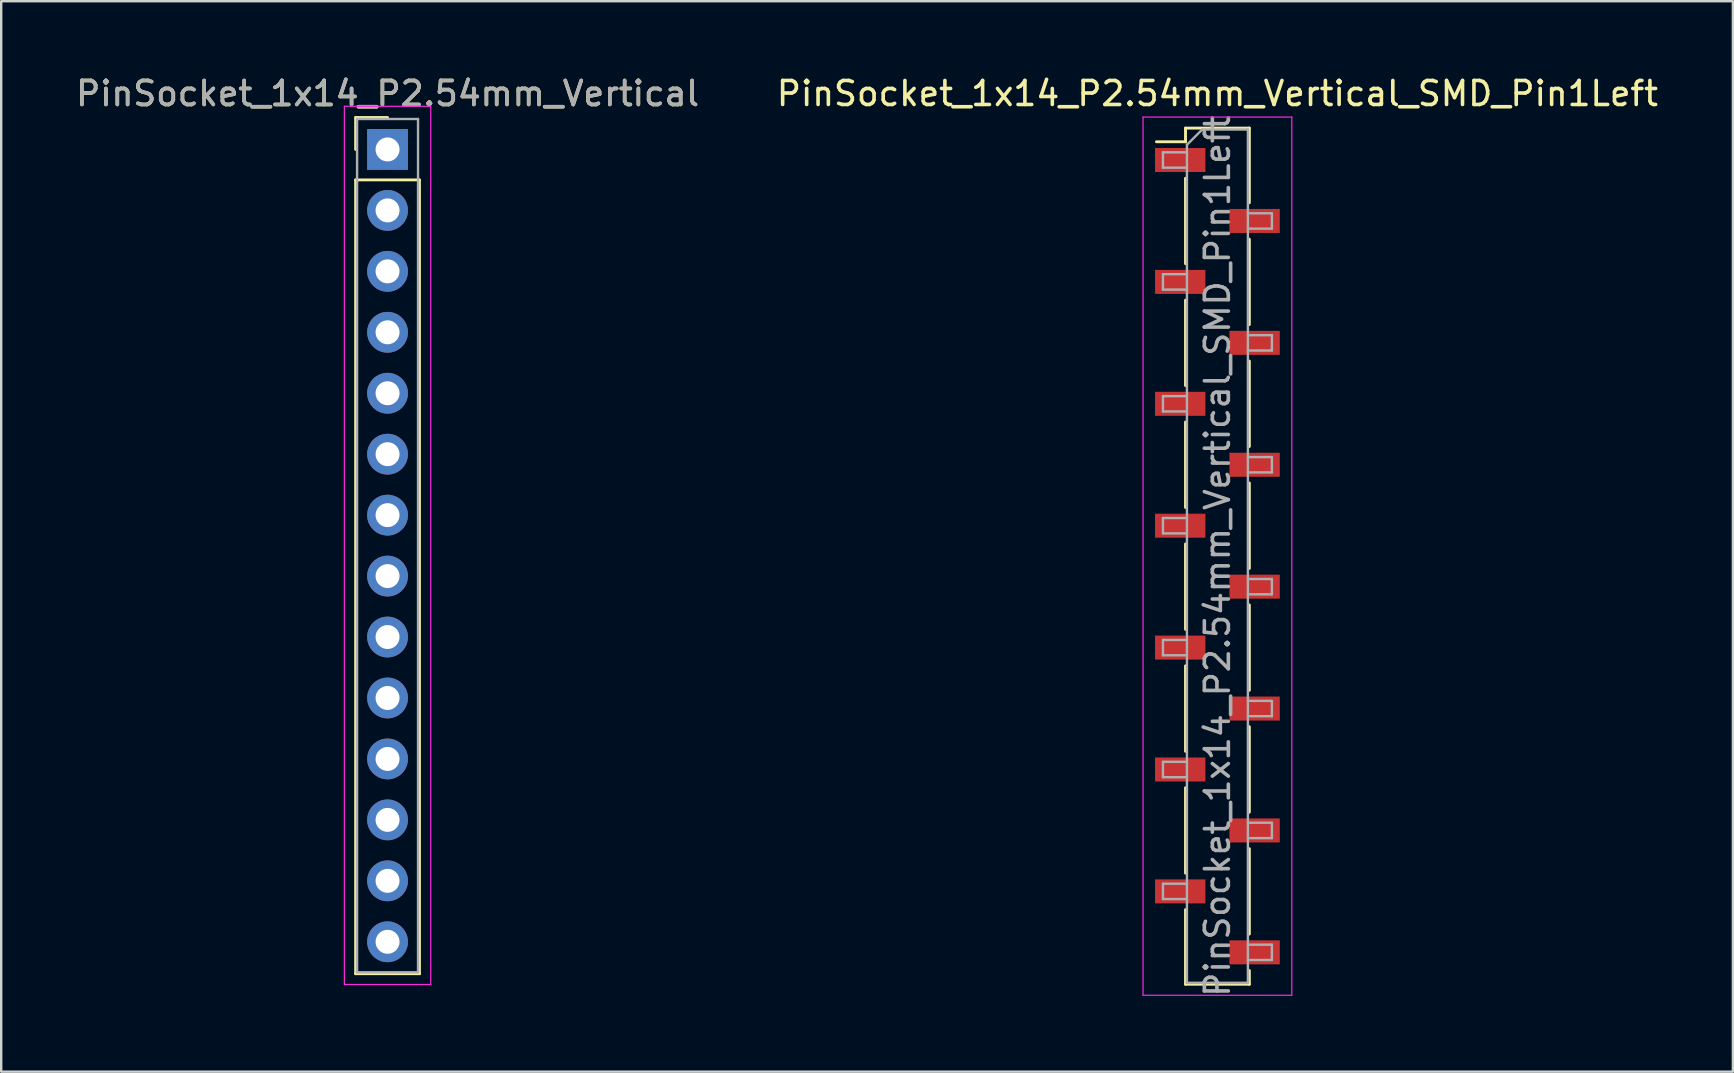
<source format=kicad_pcb>
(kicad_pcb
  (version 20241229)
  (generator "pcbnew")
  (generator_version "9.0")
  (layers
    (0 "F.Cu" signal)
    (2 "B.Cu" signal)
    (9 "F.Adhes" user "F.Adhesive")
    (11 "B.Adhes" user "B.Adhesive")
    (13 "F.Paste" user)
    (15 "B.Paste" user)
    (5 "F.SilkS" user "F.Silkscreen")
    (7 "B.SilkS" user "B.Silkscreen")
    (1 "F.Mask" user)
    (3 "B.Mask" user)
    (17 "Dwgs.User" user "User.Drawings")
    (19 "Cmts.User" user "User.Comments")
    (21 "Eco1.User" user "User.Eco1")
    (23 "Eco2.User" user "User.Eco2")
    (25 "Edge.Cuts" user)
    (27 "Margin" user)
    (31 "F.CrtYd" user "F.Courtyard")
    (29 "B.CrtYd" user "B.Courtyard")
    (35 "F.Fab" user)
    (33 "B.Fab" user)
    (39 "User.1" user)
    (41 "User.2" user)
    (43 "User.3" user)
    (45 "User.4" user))
  (footprint "PinSocket_1x14_P2.54mm_Vertical"
    (layer "F.Cu")
    (at 13.101 3.178)
    (property "Reference" "PinSocket_1x14_P2.54mm_Vertical" (at 0 -2.33 0) (layer "F.SilkS") (effects (font (size 1 1) (thickness 0.15))))
    (attr through_hole)
    (fp_line (start -1.33 -1.33) (end 0 -1.33) (stroke (width 0.12) (type solid)) (layer "F.SilkS"))
    (fp_line (start -1.33 0) (end -1.33 -1.33) (stroke (width 0.12) (type solid)) (layer "F.SilkS"))
    (fp_line (start -1.33 1.27) (end -1.33 34.35) (stroke (width 0.12) (type solid)) (layer "F.SilkS"))
    (fp_line (start -1.33 34.35) (end 1.33 34.35) (stroke (width 0.12) (type solid)) (layer "F.SilkS"))
    (fp_line (start 1.33 1.27) (end -1.33 1.27) (stroke (width 0.12) (type solid)) (layer "F.SilkS"))
    (fp_line (start 1.33 34.35) (end 1.33 1.27) (stroke (width 0.12) (type solid)) (layer "F.SilkS"))
    (fp_line (start -1.8 -1.8) (end -1.8 34.8) (stroke (width 0.05) (type solid)) (layer "F.CrtYd"))
    (fp_line (start -1.8 34.8) (end 1.8 34.8) (stroke (width 0.05) (type solid)) (layer "F.CrtYd"))
    (fp_line (start 1.8 -1.8) (end -1.8 -1.8) (stroke (width 0.05) (type solid)) (layer "F.CrtYd"))
    (fp_line (start 1.8 34.8) (end 1.8 -1.8) (stroke (width 0.05) (type solid)) (layer "F.CrtYd"))
    (fp_line (start -1.27 -1.27) (end -1.27 34.29) (stroke (width 0.1) (type solid)) (layer "F.Fab"))
    (fp_line (start -1.27 34.29) (end 1.27 34.29) (stroke (width 0.1) (type solid)) (layer "F.Fab"))
    (fp_line (start 1.27 -1.27) (end -1.27 -1.27) (stroke (width 0.1) (type solid)) (layer "F.Fab"))
    (fp_line (start 1.27 34.29) (end 1.27 -1.27) (stroke (width 0.1) (type solid)) (layer "F.Fab"))
    (fp_text user "${REFERENCE}" (at 0 -2.33 0) (layer "F.Fab") (effects (font (size 1 1) (thickness 0.15))))
    (pad "1" thru_hole rect (at 0 0) (size 1.7 1.7) (drill 1) (layers "*.Cu" "*.Mask"))
    (pad "2" thru_hole oval (at 0 2.54) (size 1.7 1.7) (drill 1) (layers "*.Cu" "*.Mask"))
    (pad "3" thru_hole oval (at 0 5.08) (size 1.7 1.7) (drill 1) (layers "*.Cu" "*.Mask"))
    (pad "4" thru_hole oval (at 0 7.62) (size 1.7 1.7) (drill 1) (layers "*.Cu" "*.Mask"))
    (pad "5" thru_hole oval (at 0 10.16) (size 1.7 1.7) (drill 1) (layers "*.Cu" "*.Mask"))
    (pad "6" thru_hole oval (at 0 12.7) (size 1.7 1.7) (drill 1) (layers "*.Cu" "*.Mask"))
    (pad "7" thru_hole oval (at 0 15.24) (size 1.7 1.7) (drill 1) (layers "*.Cu" "*.Mask"))
    (pad "8" thru_hole oval (at 0 17.78) (size 1.7 1.7) (drill 1) (layers "*.Cu" "*.Mask"))
    (pad "9" thru_hole oval (at 0 20.32) (size 1.7 1.7) (drill 1) (layers "*.Cu" "*.Mask"))
    (pad "10" thru_hole oval (at 0 22.86) (size 1.7 1.7) (drill 1) (layers "*.Cu" "*.Mask"))
    (pad "11" thru_hole oval (at 0 25.4) (size 1.7 1.7) (drill 1) (layers "*.Cu" "*.Mask"))
    (pad "12" thru_hole oval (at 0 27.94) (size 1.7 1.7) (drill 1) (layers "*.Cu" "*.Mask"))
    (pad "13" thru_hole oval (at 0 30.48) (size 1.7 1.7) (drill 1) (layers "*.Cu" "*.Mask"))
    (pad "14" thru_hole oval (at 0 33.02) (size 1.7 1.7) (drill 1) (layers "*.Cu" "*.Mask")))
  (footprint "PinSocket_1x14_P2.54mm_Vertical_SMD_Pin1Left"
    (layer "F.Cu")
    (at 47.685 20.128)
    (property "Reference" "PinSocket_1x14_P2.54mm_Vertical_SMD_Pin1Left" (at 0 -19.28 0) (layer "F.SilkS") (effects (font (size 1 1) (thickness 0.15))))
    (attr smd)
    (fp_line (start -2.54 -17.27) (end -1.33 -17.27) (stroke (width 0.12) (type solid)) (layer "F.SilkS"))
    (fp_line (start -1.33 -17.84) (end -1.33 -17.27) (stroke (width 0.12) (type solid)) (layer "F.SilkS"))
    (fp_line (start -1.33 -17.84) (end 1.33 -17.84) (stroke (width 0.12) (type solid)) (layer "F.SilkS"))
    (fp_line (start -1.33 -15.75) (end -1.33 -12.19) (stroke (width 0.12) (type solid)) (layer "F.SilkS"))
    (fp_line (start -1.33 -10.67) (end -1.33 -7.11) (stroke (width 0.12) (type solid)) (layer "F.SilkS"))
    (fp_line (start -1.33 -5.59) (end -1.33 -2.03) (stroke (width 0.12) (type solid)) (layer "F.SilkS"))
    (fp_line (start -1.33 -0.51) (end -1.33 3.05) (stroke (width 0.12) (type solid)) (layer "F.SilkS"))
    (fp_line (start -1.33 4.57) (end -1.33 8.13) (stroke (width 0.12) (type solid)) (layer "F.SilkS"))
    (fp_line (start -1.33 9.65) (end -1.33 13.21) (stroke (width 0.12) (type solid)) (layer "F.SilkS"))
    (fp_line (start -1.33 14.73) (end -1.33 17.84) (stroke (width 0.12) (type solid)) (layer "F.SilkS"))
    (fp_line (start -1.33 17.84) (end 1.33 17.84) (stroke (width 0.12) (type solid)) (layer "F.SilkS"))
    (fp_line (start 1.33 -17.84) (end 1.33 -14.73) (stroke (width 0.12) (type solid)) (layer "F.SilkS"))
    (fp_line (start 1.33 -13.21) (end 1.33 -9.65) (stroke (width 0.12) (type solid)) (layer "F.SilkS"))
    (fp_line (start 1.33 -8.13) (end 1.33 -4.57) (stroke (width 0.12) (type solid)) (layer "F.SilkS"))
    (fp_line (start 1.33 -3.05) (end 1.33 0.51) (stroke (width 0.12) (type solid)) (layer "F.SilkS"))
    (fp_line (start 1.33 2.03) (end 1.33 5.59) (stroke (width 0.12) (type solid)) (layer "F.SilkS"))
    (fp_line (start 1.33 7.11) (end 1.33 10.67) (stroke (width 0.12) (type solid)) (layer "F.SilkS"))
    (fp_line (start 1.33 12.19) (end 1.33 15.75) (stroke (width 0.12) (type solid)) (layer "F.SilkS"))
    (fp_line (start 1.33 17.27) (end 1.33 17.84) (stroke (width 0.12) (type solid)) (layer "F.SilkS"))
    (fp_line (start -3.1 -18.3) (end 3.1 -18.3) (stroke (width 0.05) (type solid)) (layer "F.CrtYd"))
    (fp_line (start -3.1 18.3) (end -3.1 -18.3) (stroke (width 0.05) (type solid)) (layer "F.CrtYd"))
    (fp_line (start 3.1 -18.3) (end 3.1 18.3) (stroke (width 0.05) (type solid)) (layer "F.CrtYd"))
    (fp_line (start 3.1 18.3) (end -3.1 18.3) (stroke (width 0.05) (type solid)) (layer "F.CrtYd"))
    (fp_line (start -2.27 -16.83) (end -1.27 -16.83) (stroke (width 0.1) (type solid)) (layer "F.Fab"))
    (fp_line (start -2.27 -16.19) (end -2.27 -16.83) (stroke (width 0.1) (type solid)) (layer "F.Fab"))
    (fp_line (start -2.27 -11.75) (end -1.27 -11.75) (stroke (width 0.1) (type solid)) (layer "F.Fab"))
    (fp_line (start -2.27 -11.11) (end -2.27 -11.75) (stroke (width 0.1) (type solid)) (layer "F.Fab"))
    (fp_line (start -2.27 -6.67) (end -1.27 -6.67) (stroke (width 0.1) (type solid)) (layer "F.Fab"))
    (fp_line (start -2.27 -6.03) (end -2.27 -6.67) (stroke (width 0.1) (type solid)) (layer "F.Fab"))
    (fp_line (start -2.27 -1.59) (end -1.27 -1.59) (stroke (width 0.1) (type solid)) (layer "F.Fab"))
    (fp_line (start -2.27 -0.95) (end -2.27 -1.59) (stroke (width 0.1) (type solid)) (layer "F.Fab"))
    (fp_line (start -2.27 3.49) (end -1.27 3.49) (stroke (width 0.1) (type solid)) (layer "F.Fab"))
    (fp_line (start -2.27 4.13) (end -2.27 3.49) (stroke (width 0.1) (type solid)) (layer "F.Fab"))
    (fp_line (start -2.27 8.57) (end -1.27 8.57) (stroke (width 0.1) (type solid)) (layer "F.Fab"))
    (fp_line (start -2.27 9.21) (end -2.27 8.57) (stroke (width 0.1) (type solid)) (layer "F.Fab"))
    (fp_line (start -2.27 13.65) (end -1.27 13.65) (stroke (width 0.1) (type solid)) (layer "F.Fab"))
    (fp_line (start -2.27 14.29) (end -2.27 13.65) (stroke (width 0.1) (type solid)) (layer "F.Fab"))
    (fp_line (start -1.27 -17.145) (end -0.635 -17.78) (stroke (width 0.1) (type solid)) (layer "F.Fab"))
    (fp_line (start -1.27 -16.19) (end -2.27 -16.19) (stroke (width 0.1) (type solid)) (layer "F.Fab"))
    (fp_line (start -1.27 -11.11) (end -2.27 -11.11) (stroke (width 0.1) (type solid)) (layer "F.Fab"))
    (fp_line (start -1.27 -6.03) (end -2.27 -6.03) (stroke (width 0.1) (type solid)) (layer "F.Fab"))
    (fp_line (start -1.27 -0.95) (end -2.27 -0.95) (stroke (width 0.1) (type solid)) (layer "F.Fab"))
    (fp_line (start -1.27 4.13) (end -2.27 4.13) (stroke (width 0.1) (type solid)) (layer "F.Fab"))
    (fp_line (start -1.27 9.21) (end -2.27 9.21) (stroke (width 0.1) (type solid)) (layer "F.Fab"))
    (fp_line (start -1.27 14.29) (end -2.27 14.29) (stroke (width 0.1) (type solid)) (layer "F.Fab"))
    (fp_line (start -1.27 17.78) (end -1.27 -17.145) (stroke (width 0.1) (type solid)) (layer "F.Fab"))
    (fp_line (start -0.635 -17.78) (end 1.27 -17.78) (stroke (width 0.1) (type solid)) (layer "F.Fab"))
    (fp_line (start 1.27 -17.78) (end 1.27 17.78) (stroke (width 0.1) (type solid)) (layer "F.Fab"))
    (fp_line (start 1.27 -14.29) (end 2.27 -14.29) (stroke (width 0.1) (type solid)) (layer "F.Fab"))
    (fp_line (start 1.27 -9.21) (end 2.27 -9.21) (stroke (width 0.1) (type solid)) (layer "F.Fab"))
    (fp_line (start 1.27 -4.13) (end 2.27 -4.13) (stroke (width 0.1) (type solid)) (layer "F.Fab"))
    (fp_line (start 1.27 0.95) (end 2.27 0.95) (stroke (width 0.1) (type solid)) (layer "F.Fab"))
    (fp_line (start 1.27 6.03) (end 2.27 6.03) (stroke (width 0.1) (type solid)) (layer "F.Fab"))
    (fp_line (start 1.27 11.11) (end 2.27 11.11) (stroke (width 0.1) (type solid)) (layer "F.Fab"))
    (fp_line (start 1.27 16.19) (end 2.27 16.19) (stroke (width 0.1) (type solid)) (layer "F.Fab"))
    (fp_line (start 1.27 17.78) (end -1.27 17.78) (stroke (width 0.1) (type solid)) (layer "F.Fab"))
    (fp_line (start 2.27 -14.29) (end 2.27 -13.65) (stroke (width 0.1) (type solid)) (layer "F.Fab"))
    (fp_line (start 2.27 -13.65) (end 1.27 -13.65) (stroke (width 0.1) (type solid)) (layer "F.Fab"))
    (fp_line (start 2.27 -9.21) (end 2.27 -8.57) (stroke (width 0.1) (type solid)) (layer "F.Fab"))
    (fp_line (start 2.27 -8.57) (end 1.27 -8.57) (stroke (width 0.1) (type solid)) (layer "F.Fab"))
    (fp_line (start 2.27 -4.13) (end 2.27 -3.49) (stroke (width 0.1) (type solid)) (layer "F.Fab"))
    (fp_line (start 2.27 -3.49) (end 1.27 -3.49) (stroke (width 0.1) (type solid)) (layer "F.Fab"))
    (fp_line (start 2.27 0.95) (end 2.27 1.59) (stroke (width 0.1) (type solid)) (layer "F.Fab"))
    (fp_line (start 2.27 1.59) (end 1.27 1.59) (stroke (width 0.1) (type solid)) (layer "F.Fab"))
    (fp_line (start 2.27 6.03) (end 2.27 6.67) (stroke (width 0.1) (type solid)) (layer "F.Fab"))
    (fp_line (start 2.27 6.67) (end 1.27 6.67) (stroke (width 0.1) (type solid)) (layer "F.Fab"))
    (fp_line (start 2.27 11.11) (end 2.27 11.75) (stroke (width 0.1) (type solid)) (layer "F.Fab"))
    (fp_line (start 2.27 11.75) (end 1.27 11.75) (stroke (width 0.1) (type solid)) (layer "F.Fab"))
    (fp_line (start 2.27 16.19) (end 2.27 16.83) (stroke (width 0.1) (type solid)) (layer "F.Fab"))
    (fp_line (start 2.27 16.83) (end 1.27 16.83) (stroke (width 0.1) (type solid)) (layer "F.Fab"))
    (fp_text user "${REFERENCE}" (at 0 0 90) (layer "F.Fab") (effects (font (size 1 1) (thickness 0.15))))
    (pad "1" smd rect (at -1.55 -16.51) (size 2.1 1) (layers "F.Cu" "F.Mask" "F.Paste"))
    (pad "2" smd rect (at 1.55 -13.97) (size 2.1 1) (layers "F.Cu" "F.Mask" "F.Paste"))
    (pad "3" smd rect (at -1.55 -11.43) (size 2.1 1) (layers "F.Cu" "F.Mask" "F.Paste"))
    (pad "4" smd rect (at 1.55 -8.89) (size 2.1 1) (layers "F.Cu" "F.Mask" "F.Paste"))
    (pad "5" smd rect (at -1.55 -6.35) (size 2.1 1) (layers "F.Cu" "F.Mask" "F.Paste"))
    (pad "6" smd rect (at 1.55 -3.81) (size 2.1 1) (layers "F.Cu" "F.Mask" "F.Paste"))
    (pad "7" smd rect (at -1.55 -1.27) (size 2.1 1) (layers "F.Cu" "F.Mask" "F.Paste"))
    (pad "8" smd rect (at 1.55 1.27) (size 2.1 1) (layers "F.Cu" "F.Mask" "F.Paste"))
    (pad "9" smd rect (at -1.55 3.81) (size 2.1 1) (layers "F.Cu" "F.Mask" "F.Paste"))
    (pad "10" smd rect (at 1.55 6.35) (size 2.1 1) (layers "F.Cu" "F.Mask" "F.Paste"))
    (pad "11" smd rect (at -1.55 8.89) (size 2.1 1) (layers "F.Cu" "F.Mask" "F.Paste"))
    (pad "12" smd rect (at 1.55 11.43) (size 2.1 1) (layers "F.Cu" "F.Mask" "F.Paste"))
    (pad "13" smd rect (at -1.55 13.97) (size 2.1 1) (layers "F.Cu" "F.Mask" "F.Paste"))
    (pad "14" smd rect (at 1.55 16.51) (size 2.1 1) (layers "F.Cu" "F.Mask" "F.Paste")))
  (gr_rect
    (start -3 -3)
    (end 69.167 41.61)
    (stroke (width 0.1) (type default))
    (fill no)
    (layer "Edge.Cuts")))
</source>
